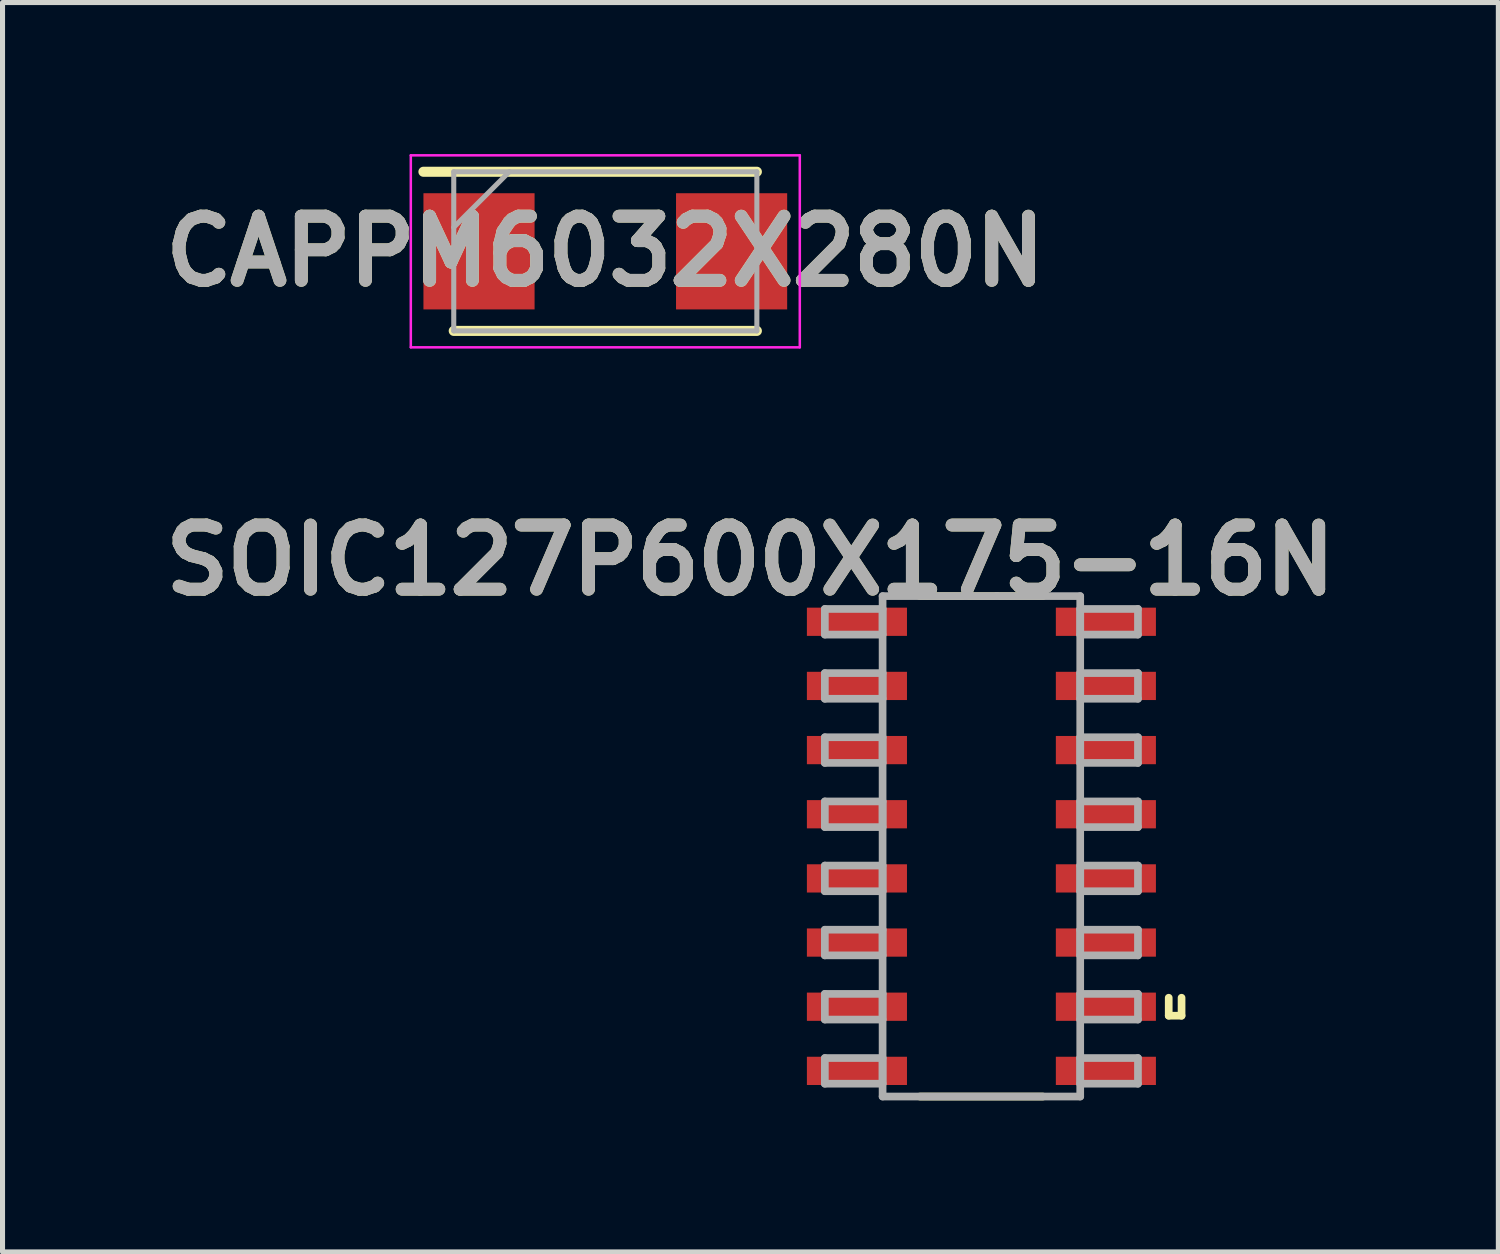
<source format=kicad_pcb>
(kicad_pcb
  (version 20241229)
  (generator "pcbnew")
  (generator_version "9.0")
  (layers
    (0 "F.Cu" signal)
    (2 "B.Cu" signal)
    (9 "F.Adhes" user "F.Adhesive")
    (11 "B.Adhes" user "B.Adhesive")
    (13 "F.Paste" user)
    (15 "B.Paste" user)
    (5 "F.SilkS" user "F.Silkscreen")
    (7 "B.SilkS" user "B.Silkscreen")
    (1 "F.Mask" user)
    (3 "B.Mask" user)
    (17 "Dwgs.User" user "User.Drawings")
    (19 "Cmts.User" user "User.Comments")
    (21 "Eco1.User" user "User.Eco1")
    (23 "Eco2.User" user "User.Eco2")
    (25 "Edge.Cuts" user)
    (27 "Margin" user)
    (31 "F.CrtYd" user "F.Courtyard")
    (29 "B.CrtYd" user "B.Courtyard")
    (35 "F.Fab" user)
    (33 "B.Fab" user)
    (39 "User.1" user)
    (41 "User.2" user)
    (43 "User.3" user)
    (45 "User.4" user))
  (footprint "CAPPM6032X280N"
    (layer "F.Cu")
    (at 8.932 1.925)
    (property "Reference" "CAPPM6032X280N" (at 0 0 0) (layer "F.SilkS") (effects (font (size 1.27 1.27) (thickness 0.254))))
    (attr smd)
    (fp_line (start -3 1.575) (end 3 1.575) (stroke (width 0.2) (type solid)) (layer "F.SilkS"))
    (fp_line (start 3 -1.575) (end -3.6 -1.575) (stroke (width 0.2) (type solid)) (layer "F.SilkS"))
    (fp_line (start -3.85 -1.9) (end 3.85 -1.9) (stroke (width 0.05) (type solid)) (layer "F.CrtYd"))
    (fp_line (start -3.85 1.9) (end -3.85 -1.9) (stroke (width 0.05) (type solid)) (layer "F.CrtYd"))
    (fp_line (start 3.85 -1.9) (end 3.85 1.9) (stroke (width 0.05) (type solid)) (layer "F.CrtYd"))
    (fp_line (start 3.85 1.9) (end -3.85 1.9) (stroke (width 0.05) (type solid)) (layer "F.CrtYd"))
    (fp_line (start -3 -1.575) (end 3 -1.575) (stroke (width 0.1) (type solid)) (layer "F.Fab"))
    (fp_line (start -3 -0.475) (end -1.9 -1.575) (stroke (width 0.1) (type solid)) (layer "F.Fab"))
    (fp_line (start -3 1.575) (end -3 -1.575) (stroke (width 0.1) (type solid)) (layer "F.Fab"))
    (fp_line (start 3 -1.575) (end 3 1.575) (stroke (width 0.1) (type solid)) (layer "F.Fab"))
    (fp_line (start 3 1.575) (end -3 1.575) (stroke (width 0.1) (type solid)) (layer "F.Fab"))
    (fp_text user "${REFERENCE}" (at 0 0 0) (layer "F.Fab") (effects (font (size 1.27 1.27) (thickness 0.254))))
    (pad "1" smd rect (at -2.5 0) (size 2.2 2.3) (layers "F.Cu" "F.Mask" "F.Paste"))
    (pad "2" smd rect (at 2.5 0) (size 2.2 2.3) (layers "F.Cu" "F.Mask" "F.Paste")))
  (footprint "SOIC127P600X175-16N"
    (layer "F.Cu")
    (at 16.377 13.703)
    (property "Reference" "SOIC127P600X175-16N" (at -4.572 -5.664 0) (layer "F.SilkS") (effects (font (size 1.27 1.27) (thickness 0.254))))
    (attr smd)
    (fp_line (start -1.219 4.953) (end 1.219 4.953) (stroke (width 0.152) (type solid)) (layer "F.SilkS"))
    (fp_line (start -0.305 -4.953) (end -1.219 -4.953) (stroke (width 0.152) (type solid)) (layer "F.SilkS"))
    (fp_line (start 0.305 -4.953) (end -0.305 -4.953) (stroke (width 0.152) (type solid)) (layer "F.SilkS"))
    (fp_line (start 1.219 -4.953) (end 0.305 -4.953) (stroke (width 0.152) (type solid)) (layer "F.SilkS"))
    (fp_line (start 3.708 3.353) (end 3.708 2.997) (stroke (width 0.152) (type solid)) (layer "F.SilkS"))
    (fp_line (start 3.962 2.997) (end 3.962 3.353) (stroke (width 0.152) (type solid)) (layer "F.SilkS"))
    (fp_line (start 3.962 3.353) (end 3.708 3.353) (stroke (width 0.152) (type solid)) (layer "F.SilkS"))
    (fp_line (start -3.099 -4.699) (end -3.099 -4.191) (stroke (width 0.152) (type solid)) (layer "F.Fab"))
    (fp_line (start -3.099 -4.191) (end -1.956 -4.191) (stroke (width 0.152) (type solid)) (layer "F.Fab"))
    (fp_line (start -3.099 -3.429) (end -3.099 -2.921) (stroke (width 0.152) (type solid)) (layer "F.Fab"))
    (fp_line (start -3.099 -2.921) (end -1.956 -2.921) (stroke (width 0.152) (type solid)) (layer "F.Fab"))
    (fp_line (start -3.099 -2.159) (end -3.099 -1.651) (stroke (width 0.152) (type solid)) (layer "F.Fab"))
    (fp_line (start -3.099 -1.651) (end -1.956 -1.651) (stroke (width 0.152) (type solid)) (layer "F.Fab"))
    (fp_line (start -3.099 -0.889) (end -3.099 -0.381) (stroke (width 0.152) (type solid)) (layer "F.Fab"))
    (fp_line (start -3.099 -0.381) (end -1.956 -0.381) (stroke (width 0.152) (type solid)) (layer "F.Fab"))
    (fp_line (start -3.099 0.381) (end -3.099 0.889) (stroke (width 0.152) (type solid)) (layer "F.Fab"))
    (fp_line (start -3.099 0.889) (end -1.956 0.889) (stroke (width 0.152) (type solid)) (layer "F.Fab"))
    (fp_line (start -3.099 1.651) (end -3.099 2.159) (stroke (width 0.152) (type solid)) (layer "F.Fab"))
    (fp_line (start -3.099 2.159) (end -1.956 2.159) (stroke (width 0.152) (type solid)) (layer "F.Fab"))
    (fp_line (start -3.099 2.921) (end -3.099 3.429) (stroke (width 0.152) (type solid)) (layer "F.Fab"))
    (fp_line (start -3.099 3.429) (end -1.956 3.429) (stroke (width 0.152) (type solid)) (layer "F.Fab"))
    (fp_line (start -3.099 4.191) (end -3.099 4.699) (stroke (width 0.152) (type solid)) (layer "F.Fab"))
    (fp_line (start -3.099 4.699) (end -1.956 4.699) (stroke (width 0.152) (type solid)) (layer "F.Fab"))
    (fp_line (start -1.956 -4.953) (end -1.956 4.953) (stroke (width 0.152) (type solid)) (layer "F.Fab"))
    (fp_line (start -1.956 -4.699) (end -3.099 -4.699) (stroke (width 0.152) (type solid)) (layer "F.Fab"))
    (fp_line (start -1.956 -4.191) (end -1.956 -4.699) (stroke (width 0.152) (type solid)) (layer "F.Fab"))
    (fp_line (start -1.956 -3.429) (end -3.099 -3.429) (stroke (width 0.152) (type solid)) (layer "F.Fab"))
    (fp_line (start -1.956 -2.921) (end -1.956 -3.429) (stroke (width 0.152) (type solid)) (layer "F.Fab"))
    (fp_line (start -1.956 -2.159) (end -3.099 -2.159) (stroke (width 0.152) (type solid)) (layer "F.Fab"))
    (fp_line (start -1.956 -1.651) (end -1.956 -2.159) (stroke (width 0.152) (type solid)) (layer "F.Fab"))
    (fp_line (start -1.956 -0.889) (end -3.099 -0.889) (stroke (width 0.152) (type solid)) (layer "F.Fab"))
    (fp_line (start -1.956 -0.381) (end -1.956 -0.889) (stroke (width 0.152) (type solid)) (layer "F.Fab"))
    (fp_line (start -1.956 0.381) (end -3.099 0.381) (stroke (width 0.152) (type solid)) (layer "F.Fab"))
    (fp_line (start -1.956 0.889) (end -1.956 0.381) (stroke (width 0.152) (type solid)) (layer "F.Fab"))
    (fp_line (start -1.956 1.651) (end -3.099 1.651) (stroke (width 0.152) (type solid)) (layer "F.Fab"))
    (fp_line (start -1.956 2.159) (end -1.956 1.651) (stroke (width 0.152) (type solid)) (layer "F.Fab"))
    (fp_line (start -1.956 2.921) (end -3.099 2.921) (stroke (width 0.152) (type solid)) (layer "F.Fab"))
    (fp_line (start -1.956 3.429) (end -1.956 2.921) (stroke (width 0.152) (type solid)) (layer "F.Fab"))
    (fp_line (start -1.956 4.191) (end -3.099 4.191) (stroke (width 0.152) (type solid)) (layer "F.Fab"))
    (fp_line (start -1.956 4.699) (end -1.956 4.191) (stroke (width 0.152) (type solid)) (layer "F.Fab"))
    (fp_line (start -1.956 4.953) (end 1.956 4.953) (stroke (width 0.152) (type solid)) (layer "F.Fab"))
    (fp_line (start -0.305 -4.953) (end -1.956 -4.953) (stroke (width 0.152) (type solid)) (layer "F.Fab"))
    (fp_line (start 0.305 -4.953) (end -0.305 -4.953) (stroke (width 0.152) (type solid)) (layer "F.Fab"))
    (fp_line (start 1.956 -4.953) (end 0.305 -4.953) (stroke (width 0.152) (type solid)) (layer "F.Fab"))
    (fp_line (start 1.956 -4.699) (end 1.956 -4.191) (stroke (width 0.152) (type solid)) (layer "F.Fab"))
    (fp_line (start 1.956 -4.191) (end 3.099 -4.191) (stroke (width 0.152) (type solid)) (layer "F.Fab"))
    (fp_line (start 1.956 -3.429) (end 1.956 -2.921) (stroke (width 0.152) (type solid)) (layer "F.Fab"))
    (fp_line (start 1.956 -2.921) (end 3.099 -2.921) (stroke (width 0.152) (type solid)) (layer "F.Fab"))
    (fp_line (start 1.956 -2.159) (end 1.956 -1.651) (stroke (width 0.152) (type solid)) (layer "F.Fab"))
    (fp_line (start 1.956 -1.651) (end 3.099 -1.651) (stroke (width 0.152) (type solid)) (layer "F.Fab"))
    (fp_line (start 1.956 -0.889) (end 1.956 -0.381) (stroke (width 0.152) (type solid)) (layer "F.Fab"))
    (fp_line (start 1.956 -0.381) (end 3.099 -0.381) (stroke (width 0.152) (type solid)) (layer "F.Fab"))
    (fp_line (start 1.956 0.381) (end 1.956 0.889) (stroke (width 0.152) (type solid)) (layer "F.Fab"))
    (fp_line (start 1.956 0.889) (end 3.099 0.889) (stroke (width 0.152) (type solid)) (layer "F.Fab"))
    (fp_line (start 1.956 1.651) (end 1.956 2.159) (stroke (width 0.152) (type solid)) (layer "F.Fab"))
    (fp_line (start 1.956 2.159) (end 3.099 2.159) (stroke (width 0.152) (type solid)) (layer "F.Fab"))
    (fp_line (start 1.956 2.921) (end 1.956 3.429) (stroke (width 0.152) (type solid)) (layer "F.Fab"))
    (fp_line (start 1.956 3.429) (end 3.099 3.429) (stroke (width 0.152) (type solid)) (layer "F.Fab"))
    (fp_line (start 1.956 4.191) (end 1.956 4.699) (stroke (width 0.152) (type solid)) (layer "F.Fab"))
    (fp_line (start 1.956 4.699) (end 3.099 4.699) (stroke (width 0.152) (type solid)) (layer "F.Fab"))
    (fp_line (start 1.956 4.953) (end 1.956 -4.953) (stroke (width 0.152) (type solid)) (layer "F.Fab"))
    (fp_line (start 3.099 -4.699) (end 1.956 -4.699) (stroke (width 0.152) (type solid)) (layer "F.Fab"))
    (fp_line (start 3.099 -4.191) (end 3.099 -4.699) (stroke (width 0.152) (type solid)) (layer "F.Fab"))
    (fp_line (start 3.099 -3.429) (end 1.956 -3.429) (stroke (width 0.152) (type solid)) (layer "F.Fab"))
    (fp_line (start 3.099 -2.921) (end 3.099 -3.429) (stroke (width 0.152) (type solid)) (layer "F.Fab"))
    (fp_line (start 3.099 -2.159) (end 1.956 -2.159) (stroke (width 0.152) (type solid)) (layer "F.Fab"))
    (fp_line (start 3.099 -1.651) (end 3.099 -2.159) (stroke (width 0.152) (type solid)) (layer "F.Fab"))
    (fp_line (start 3.099 -0.889) (end 1.956 -0.889) (stroke (width 0.152) (type solid)) (layer "F.Fab"))
    (fp_line (start 3.099 -0.381) (end 3.099 -0.889) (stroke (width 0.152) (type solid)) (layer "F.Fab"))
    (fp_line (start 3.099 0.381) (end 1.956 0.381) (stroke (width 0.152) (type solid)) (layer "F.Fab"))
    (fp_line (start 3.099 0.889) (end 3.099 0.381) (stroke (width 0.152) (type solid)) (layer "F.Fab"))
    (fp_line (start 3.099 1.651) (end 1.956 1.651) (stroke (width 0.152) (type solid)) (layer "F.Fab"))
    (fp_line (start 3.099 2.159) (end 3.099 1.651) (stroke (width 0.152) (type solid)) (layer "F.Fab"))
    (fp_line (start 3.099 2.921) (end 1.956 2.921) (stroke (width 0.152) (type solid)) (layer "F.Fab"))
    (fp_line (start 3.099 3.429) (end 3.099 2.921) (stroke (width 0.152) (type solid)) (layer "F.Fab"))
    (fp_line (start 3.099 4.191) (end 1.956 4.191) (stroke (width 0.152) (type solid)) (layer "F.Fab"))
    (fp_line (start 3.099 4.699) (end 3.099 4.191) (stroke (width 0.152) (type solid)) (layer "F.Fab"))
    (fp_text user "${REFERENCE}" (at -4.572 -5.664 0) (layer "F.Fab") (effects (font (size 1.27 1.27) (thickness 0.254))))
    (pad "1" smd rect (at -2.464 -4.445 90) (size 0.559 1.981) (layers "F.Cu" "F.Mask" "F.Paste"))
    (pad "2" smd rect (at -2.464 -3.175 90) (size 0.559 1.981) (layers "F.Cu" "F.Mask" "F.Paste"))
    (pad "3" smd rect (at -2.464 -1.905 90) (size 0.559 1.981) (layers "F.Cu" "F.Mask" "F.Paste"))
    (pad "4" smd rect (at -2.464 -0.635 90) (size 0.559 1.981) (layers "F.Cu" "F.Mask" "F.Paste"))
    (pad "5" smd rect (at -2.464 0.635 90) (size 0.559 1.981) (layers "F.Cu" "F.Mask" "F.Paste"))
    (pad "6" smd rect (at -2.464 1.905 90) (size 0.559 1.981) (layers "F.Cu" "F.Mask" "F.Paste"))
    (pad "7" smd rect (at -2.464 3.175 90) (size 0.559 1.981) (layers "F.Cu" "F.Mask" "F.Paste"))
    (pad "8" smd rect (at -2.464 4.445 90) (size 0.559 1.981) (layers "F.Cu" "F.Mask" "F.Paste"))
    (pad "9" smd rect (at 2.464 4.445 90) (size 0.559 1.981) (layers "F.Cu" "F.Mask" "F.Paste"))
    (pad "10" smd rect (at 2.464 3.175 90) (size 0.559 1.981) (layers "F.Cu" "F.Mask" "F.Paste"))
    (pad "11" smd rect (at 2.464 1.905 90) (size 0.559 1.981) (layers "F.Cu" "F.Mask" "F.Paste"))
    (pad "12" smd rect (at 2.464 0.635 90) (size 0.559 1.981) (layers "F.Cu" "F.Mask" "F.Paste"))
    (pad "13" smd rect (at 2.464 -0.635 90) (size 0.559 1.981) (layers "F.Cu" "F.Mask" "F.Paste"))
    (pad "14" smd rect (at 2.464 -1.905 90) (size 0.559 1.981) (layers "F.Cu" "F.Mask" "F.Paste"))
    (pad "15" smd rect (at 2.464 -3.175 90) (size 0.559 1.981) (layers "F.Cu" "F.Mask" "F.Paste"))
    (pad "16" smd rect (at 2.464 -4.445 90) (size 0.559 1.981) (layers "F.Cu" "F.Mask" "F.Paste")))
  (gr_rect
    (start -3 -3)
    (end 26.61 21.732)
    (stroke (width 0.1) (type default))
    (fill no)
    (layer "Edge.Cuts")))
</source>
